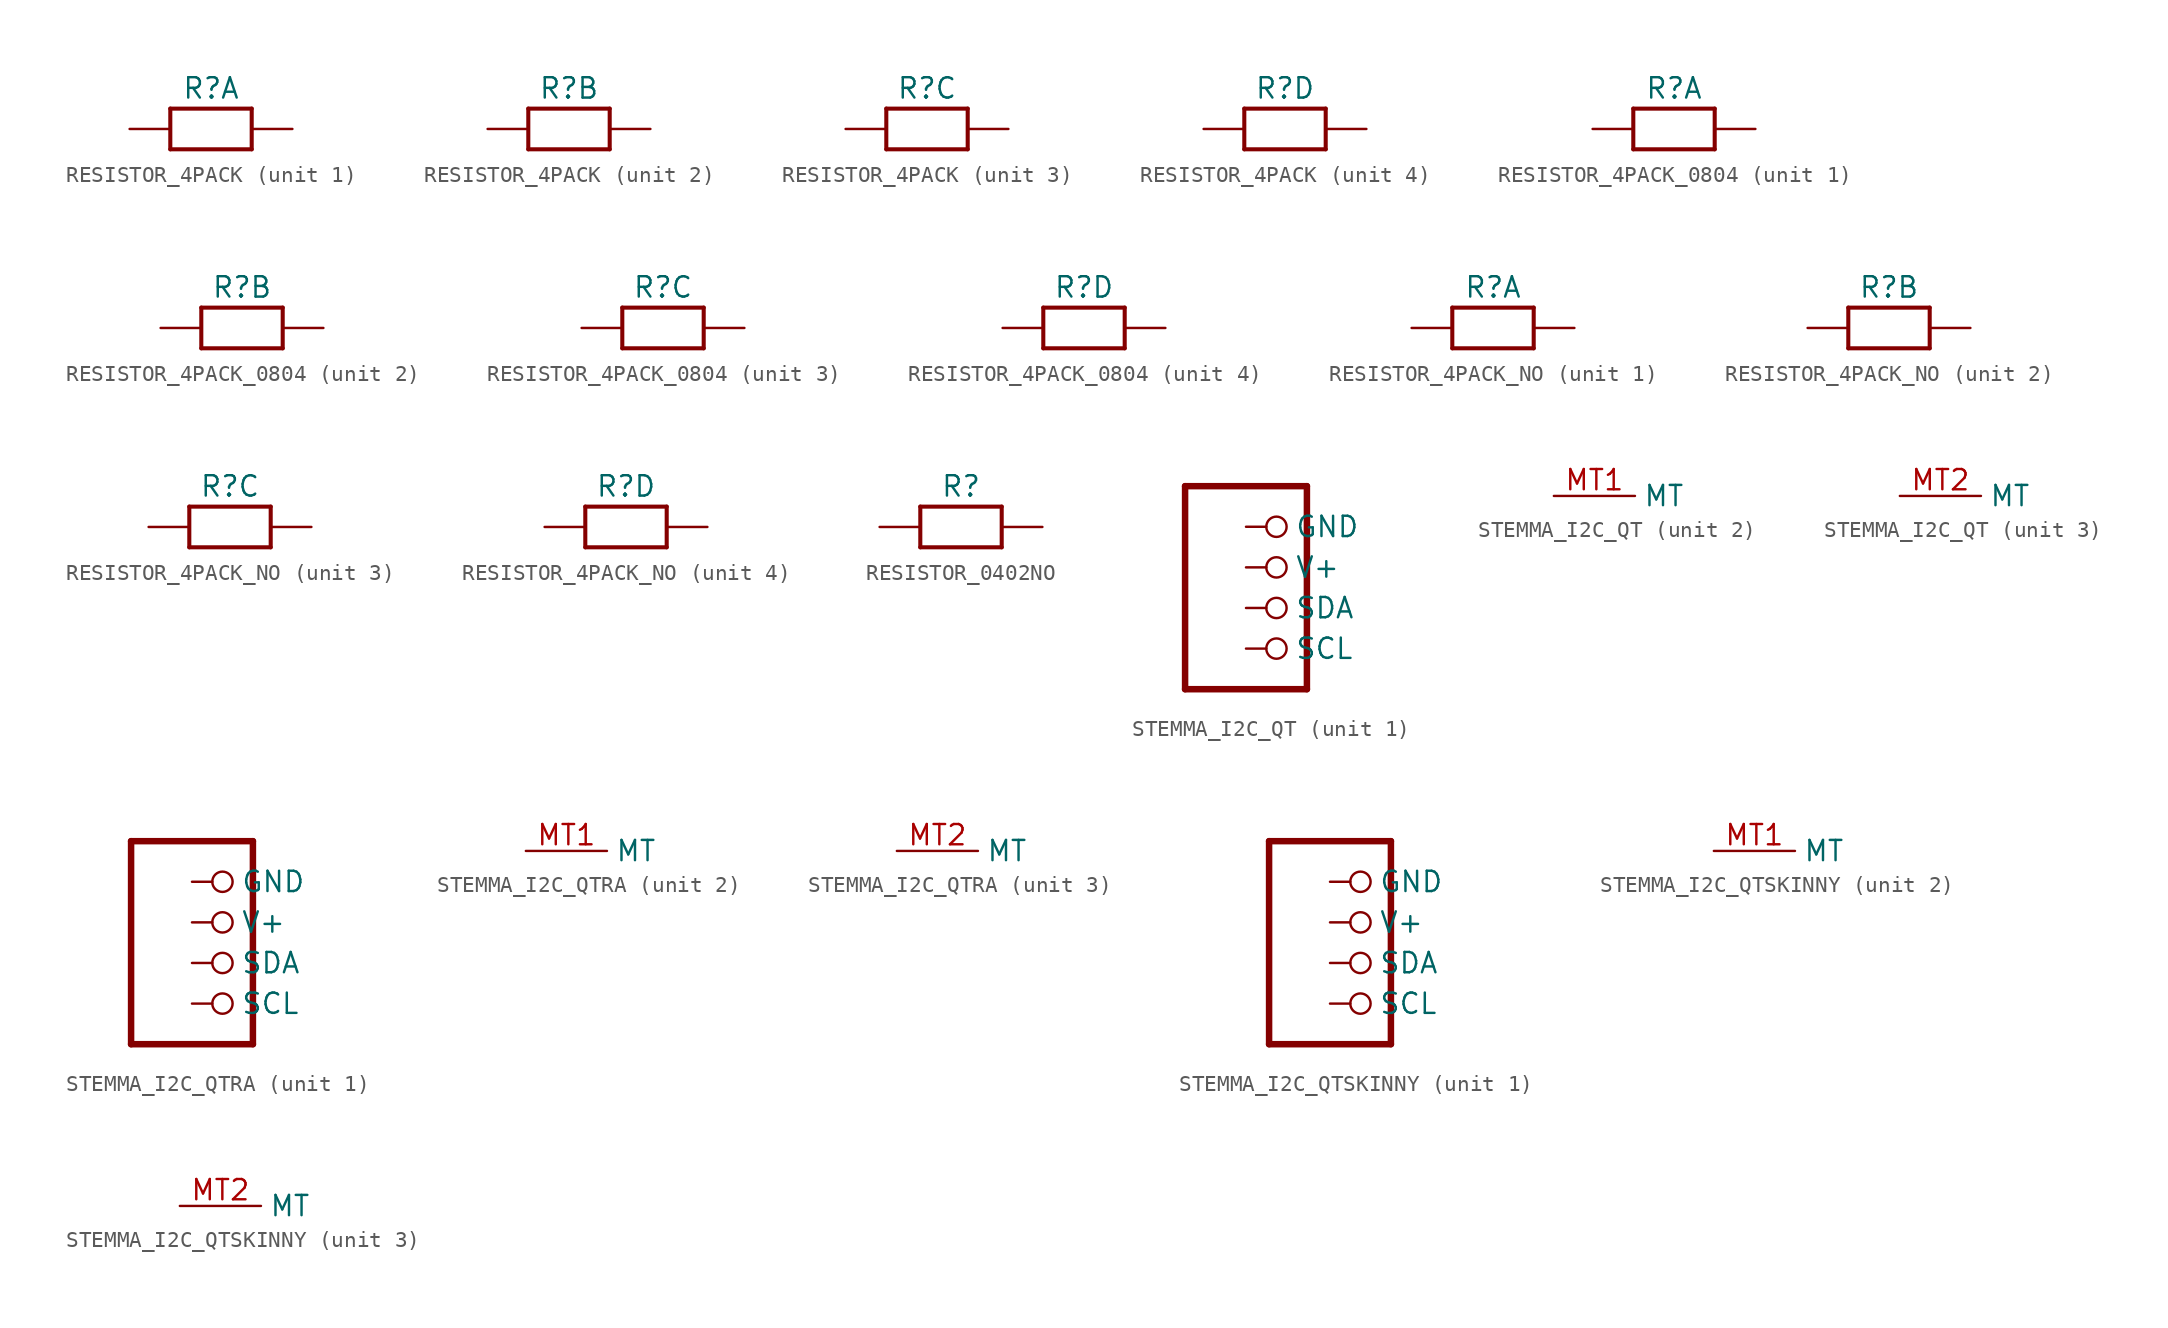
<source format=kicad_sym>
(kicad_symbol_lib
  (version 20231120)
  (generator "kicad_symbol_editor")
  (generator_version "8.0")
  (symbol "RESISTOR_4PACK"
    (property "Reference" "R"
      (at 0 2.54 0)
      (effects (font (size 1.27 1.27))))
    (property "Value" ""
      (at 0 0 0)
      (effects (font (size 1.016 1.016) (bold yes))))
    (property "ki_locked" ""
      (at 0 0 0)
      (effects (font (size 1.27 1.27))))
    (symbol "RESISTOR_4PACK_1_0"
      (polyline (pts (xy -2.54 -1.27) (xy -2.54 1.27)) (stroke (width 0.254) (type solid)) (fill (type none)))
      (polyline (pts (xy -2.54 1.27) (xy 2.54 1.27)) (stroke (width 0.254) (type solid)) (fill (type none)))
      (polyline (pts (xy 2.54 -1.27) (xy -2.54 -1.27)) (stroke (width 0.254) (type solid)) (fill (type none)))
      (polyline (pts (xy 2.54 1.27) (xy 2.54 -1.27)) (stroke (width 0.254) (type solid)) (fill (type none)))
      (pin passive line (at -5.08 0 0) (length 2.54) (name "1" (effects (font (size 0 0)))) (number "1" (effects (font (size 0 0)))))
      (pin passive line (at 5.08 0 180) (length 2.54) (name "2" (effects (font (size 0 0)))) (number "8" (effects (font (size 0 0))))))
    (symbol "RESISTOR_4PACK_2_0"
      (polyline (pts (xy -2.54 -1.27) (xy -2.54 1.27)) (stroke (width 0.254) (type solid)) (fill (type none)))
      (polyline (pts (xy -2.54 1.27) (xy 2.54 1.27)) (stroke (width 0.254) (type solid)) (fill (type none)))
      (polyline (pts (xy 2.54 -1.27) (xy -2.54 -1.27)) (stroke (width 0.254) (type solid)) (fill (type none)))
      (polyline (pts (xy 2.54 1.27) (xy 2.54 -1.27)) (stroke (width 0.254) (type solid)) (fill (type none)))
      (pin passive line (at -5.08 0 0) (length 2.54) (name "1" (effects (font (size 0 0)))) (number "2" (effects (font (size 0 0)))))
      (pin passive line (at 5.08 0 180) (length 2.54) (name "2" (effects (font (size 0 0)))) (number "7" (effects (font (size 0 0))))))
    (symbol "RESISTOR_4PACK_3_0"
      (polyline (pts (xy -2.54 -1.27) (xy -2.54 1.27)) (stroke (width 0.254) (type solid)) (fill (type none)))
      (polyline (pts (xy -2.54 1.27) (xy 2.54 1.27)) (stroke (width 0.254) (type solid)) (fill (type none)))
      (polyline (pts (xy 2.54 -1.27) (xy -2.54 -1.27)) (stroke (width 0.254) (type solid)) (fill (type none)))
      (polyline (pts (xy 2.54 1.27) (xy 2.54 -1.27)) (stroke (width 0.254) (type solid)) (fill (type none)))
      (pin passive line (at -5.08 0 0) (length 2.54) (name "1" (effects (font (size 0 0)))) (number "3" (effects (font (size 0 0)))))
      (pin passive line (at 5.08 0 180) (length 2.54) (name "2" (effects (font (size 0 0)))) (number "6" (effects (font (size 0 0))))))
    (symbol "RESISTOR_4PACK_4_0"
      (polyline (pts (xy -2.54 -1.27) (xy -2.54 1.27)) (stroke (width 0.254) (type solid)) (fill (type none)))
      (polyline (pts (xy -2.54 1.27) (xy 2.54 1.27)) (stroke (width 0.254) (type solid)) (fill (type none)))
      (polyline (pts (xy 2.54 -1.27) (xy -2.54 -1.27)) (stroke (width 0.254) (type solid)) (fill (type none)))
      (polyline (pts (xy 2.54 1.27) (xy 2.54 -1.27)) (stroke (width 0.254) (type solid)) (fill (type none)))
      (pin passive line (at -5.08 0 0) (length 2.54) (name "1" (effects (font (size 0 0)))) (number "4" (effects (font (size 0 0)))))
      (pin passive line (at 5.08 0 180) (length 2.54) (name "2" (effects (font (size 0 0)))) (number "5" (effects (font (size 0 0)))))))
  (symbol "RESISTOR_4PACK_0804"
    (property "Reference" "R"
      (at 0 2.54 0)
      (effects (font (size 1.27 1.27))))
    (property "Value" ""
      (at 0 0 0)
      (effects (font (size 1.016 1.016) (bold yes))))
    (property "ki_locked" ""
      (at 0 0 0)
      (effects (font (size 1.27 1.27))))
    (symbol "RESISTOR_4PACK_0804_1_0"
      (polyline (pts (xy -2.54 -1.27) (xy -2.54 1.27)) (stroke (width 0.254) (type solid)) (fill (type none)))
      (polyline (pts (xy -2.54 1.27) (xy 2.54 1.27)) (stroke (width 0.254) (type solid)) (fill (type none)))
      (polyline (pts (xy 2.54 -1.27) (xy -2.54 -1.27)) (stroke (width 0.254) (type solid)) (fill (type none)))
      (polyline (pts (xy 2.54 1.27) (xy 2.54 -1.27)) (stroke (width 0.254) (type solid)) (fill (type none)))
      (pin passive line (at -5.08 0 0) (length 2.54) (name "1" (effects (font (size 0 0)))) (number "1" (effects (font (size 0 0)))))
      (pin passive line (at 5.08 0 180) (length 2.54) (name "2" (effects (font (size 0 0)))) (number "8" (effects (font (size 0 0))))))
    (symbol "RESISTOR_4PACK_0804_2_0"
      (polyline (pts (xy -2.54 -1.27) (xy -2.54 1.27)) (stroke (width 0.254) (type solid)) (fill (type none)))
      (polyline (pts (xy -2.54 1.27) (xy 2.54 1.27)) (stroke (width 0.254) (type solid)) (fill (type none)))
      (polyline (pts (xy 2.54 -1.27) (xy -2.54 -1.27)) (stroke (width 0.254) (type solid)) (fill (type none)))
      (polyline (pts (xy 2.54 1.27) (xy 2.54 -1.27)) (stroke (width 0.254) (type solid)) (fill (type none)))
      (pin passive line (at -5.08 0 0) (length 2.54) (name "1" (effects (font (size 0 0)))) (number "2" (effects (font (size 0 0)))))
      (pin passive line (at 5.08 0 180) (length 2.54) (name "2" (effects (font (size 0 0)))) (number "7" (effects (font (size 0 0))))))
    (symbol "RESISTOR_4PACK_0804_3_0"
      (polyline (pts (xy -2.54 -1.27) (xy -2.54 1.27)) (stroke (width 0.254) (type solid)) (fill (type none)))
      (polyline (pts (xy -2.54 1.27) (xy 2.54 1.27)) (stroke (width 0.254) (type solid)) (fill (type none)))
      (polyline (pts (xy 2.54 -1.27) (xy -2.54 -1.27)) (stroke (width 0.254) (type solid)) (fill (type none)))
      (polyline (pts (xy 2.54 1.27) (xy 2.54 -1.27)) (stroke (width 0.254) (type solid)) (fill (type none)))
      (pin passive line (at -5.08 0 0) (length 2.54) (name "1" (effects (font (size 0 0)))) (number "3" (effects (font (size 0 0)))))
      (pin passive line (at 5.08 0 180) (length 2.54) (name "2" (effects (font (size 0 0)))) (number "6" (effects (font (size 0 0))))))
    (symbol "RESISTOR_4PACK_0804_4_0"
      (polyline (pts (xy -2.54 -1.27) (xy -2.54 1.27)) (stroke (width 0.254) (type solid)) (fill (type none)))
      (polyline (pts (xy -2.54 1.27) (xy 2.54 1.27)) (stroke (width 0.254) (type solid)) (fill (type none)))
      (polyline (pts (xy 2.54 -1.27) (xy -2.54 -1.27)) (stroke (width 0.254) (type solid)) (fill (type none)))
      (polyline (pts (xy 2.54 1.27) (xy 2.54 -1.27)) (stroke (width 0.254) (type solid)) (fill (type none)))
      (pin passive line (at -5.08 0 0) (length 2.54) (name "1" (effects (font (size 0 0)))) (number "4" (effects (font (size 0 0)))))
      (pin passive line (at 5.08 0 180) (length 2.54) (name "2" (effects (font (size 0 0)))) (number "5" (effects (font (size 0 0)))))))
  (symbol "RESISTOR_4PACK_NO"
    (property "Reference" "R"
      (at 0 2.54 0)
      (effects (font (size 1.27 1.27))))
    (property "Value" ""
      (at 0 0 0)
      (effects (font (size 1.016 1.016) (bold yes))))
    (property "ki_locked" ""
      (at 0 0 0)
      (effects (font (size 1.27 1.27))))
    (symbol "RESISTOR_4PACK_NO_1_0"
      (polyline (pts (xy -2.54 -1.27) (xy -2.54 1.27)) (stroke (width 0.254) (type solid)) (fill (type none)))
      (polyline (pts (xy -2.54 1.27) (xy 2.54 1.27)) (stroke (width 0.254) (type solid)) (fill (type none)))
      (polyline (pts (xy 2.54 -1.27) (xy -2.54 -1.27)) (stroke (width 0.254) (type solid)) (fill (type none)))
      (polyline (pts (xy 2.54 1.27) (xy 2.54 -1.27)) (stroke (width 0.254) (type solid)) (fill (type none)))
      (pin passive line (at -5.08 0 0) (length 2.54) (name "1" (effects (font (size 0 0)))) (number "1" (effects (font (size 0 0)))))
      (pin passive line (at 5.08 0 180) (length 2.54) (name "2" (effects (font (size 0 0)))) (number "8" (effects (font (size 0 0))))))
    (symbol "RESISTOR_4PACK_NO_2_0"
      (polyline (pts (xy -2.54 -1.27) (xy -2.54 1.27)) (stroke (width 0.254) (type solid)) (fill (type none)))
      (polyline (pts (xy -2.54 1.27) (xy 2.54 1.27)) (stroke (width 0.254) (type solid)) (fill (type none)))
      (polyline (pts (xy 2.54 -1.27) (xy -2.54 -1.27)) (stroke (width 0.254) (type solid)) (fill (type none)))
      (polyline (pts (xy 2.54 1.27) (xy 2.54 -1.27)) (stroke (width 0.254) (type solid)) (fill (type none)))
      (pin passive line (at -5.08 0 0) (length 2.54) (name "1" (effects (font (size 0 0)))) (number "2" (effects (font (size 0 0)))))
      (pin passive line (at 5.08 0 180) (length 2.54) (name "2" (effects (font (size 0 0)))) (number "7" (effects (font (size 0 0))))))
    (symbol "RESISTOR_4PACK_NO_3_0"
      (polyline (pts (xy -2.54 -1.27) (xy -2.54 1.27)) (stroke (width 0.254) (type solid)) (fill (type none)))
      (polyline (pts (xy -2.54 1.27) (xy 2.54 1.27)) (stroke (width 0.254) (type solid)) (fill (type none)))
      (polyline (pts (xy 2.54 -1.27) (xy -2.54 -1.27)) (stroke (width 0.254) (type solid)) (fill (type none)))
      (polyline (pts (xy 2.54 1.27) (xy 2.54 -1.27)) (stroke (width 0.254) (type solid)) (fill (type none)))
      (pin passive line (at -5.08 0 0) (length 2.54) (name "1" (effects (font (size 0 0)))) (number "3" (effects (font (size 0 0)))))
      (pin passive line (at 5.08 0 180) (length 2.54) (name "2" (effects (font (size 0 0)))) (number "6" (effects (font (size 0 0))))))
    (symbol "RESISTOR_4PACK_NO_4_0"
      (polyline (pts (xy -2.54 -1.27) (xy -2.54 1.27)) (stroke (width 0.254) (type solid)) (fill (type none)))
      (polyline (pts (xy -2.54 1.27) (xy 2.54 1.27)) (stroke (width 0.254) (type solid)) (fill (type none)))
      (polyline (pts (xy 2.54 -1.27) (xy -2.54 -1.27)) (stroke (width 0.254) (type solid)) (fill (type none)))
      (polyline (pts (xy 2.54 1.27) (xy 2.54 -1.27)) (stroke (width 0.254) (type solid)) (fill (type none)))
      (pin passive line (at -5.08 0 0) (length 2.54) (name "1" (effects (font (size 0 0)))) (number "4" (effects (font (size 0 0)))))
      (pin passive line (at 5.08 0 180) (length 2.54) (name "2" (effects (font (size 0 0)))) (number "5" (effects (font (size 0 0)))))))
  (symbol "RESISTOR_0402NO"
    (property "Reference" "R"
      (at 0 2.54 0)
      (effects (font (size 1.27 1.27))))
    (property "Value" ""
      (at 0 0 0)
      (effects (font (size 1.016 1.016) (bold yes))))
    (property "ki_locked" ""
      (at 0 0 0)
      (effects (font (size 1.27 1.27))))
    (symbol "RESISTOR_0402NO_1_0"
      (polyline (pts (xy -2.54 -1.27) (xy -2.54 1.27)) (stroke (width 0.254) (type solid)) (fill (type none)))
      (polyline (pts (xy -2.54 1.27) (xy 2.54 1.27)) (stroke (width 0.254) (type solid)) (fill (type none)))
      (polyline (pts (xy 2.54 -1.27) (xy -2.54 -1.27)) (stroke (width 0.254) (type solid)) (fill (type none)))
      (polyline (pts (xy 2.54 1.27) (xy 2.54 -1.27)) (stroke (width 0.254) (type solid)) (fill (type none)))
      (pin passive line (at -5.08 0 0) (length 2.54) (name "1" (effects (font (size 0 0)))) (number "1" (effects (font (size 0 0)))))
      (pin passive line (at 5.08 0 180) (length 2.54) (name "2" (effects (font (size 0 0)))) (number "2" (effects (font (size 0 0)))))))
  (symbol "STEMMA_I2C_QT"
    (property "Reference" "CONN"
      (at -3.81 8.255 0)
      (effects (font (size 1.778 1.511)) (justify left bottom) (hide yes)))
    (property "ki_locked" ""
      (at 0 0 0)
      (effects (font (size 1.27 1.27))))
    (symbol "STEMMA_I2C_QT_1_0"
      (polyline (pts (xy -3.81 -5.08) (xy 3.81 -5.08)) (stroke (width 0.406) (type solid)) (fill (type none)))
      (polyline (pts (xy -3.81 7.62) (xy -3.81 -5.08)) (stroke (width 0.406) (type solid)) (fill (type none)))
      (polyline (pts (xy 3.81 -5.08) (xy 3.81 7.62)) (stroke (width 0.406) (type solid)) (fill (type none)))
      (polyline (pts (xy 3.81 7.62) (xy -3.81 7.62)) (stroke (width 0.406) (type solid)) (fill (type none)))
      (pin passive inverted (at 0 5.08 0) (length 2.54) (name "GND" (effects (font (size 1.27 1.27)))) (number "1" (effects (font (size 0 0)))))
      (pin passive inverted (at 0 2.54 0) (length 2.54) (name "V+" (effects (font (size 1.27 1.27)))) (number "2" (effects (font (size 0 0)))))
      (pin passive inverted (at 0 0 0) (length 2.54) (name "SDA" (effects (font (size 1.27 1.27)))) (number "3" (effects (font (size 0 0)))))
      (pin passive inverted (at 0 -2.54 0) (length 2.54) (name "SCL" (effects (font (size 1.27 1.27)))) (number "4" (effects (font (size 0 0))))))
    (symbol "STEMMA_I2C_QT_2_0"
      (pin bidirectional line (at 0 0 0) (length 5.08) (name "MT" (effects (font (size 1.27 1.27)))) (number "MT1" (effects (font (size 1.27 1.27))))))
    (symbol "STEMMA_I2C_QT_3_0"
      (pin bidirectional line (at 0 0 0) (length 5.08) (name "MT" (effects (font (size 1.27 1.27)))) (number "MT2" (effects (font (size 1.27 1.27)))))))
  (symbol "STEMMA_I2C_QTRA"
    (property "Reference" "CONN"
      (at -3.81 8.255 0)
      (effects (font (size 1.778 1.511)) (justify left bottom) (hide yes)))
    (property "ki_locked" ""
      (at 0 0 0)
      (effects (font (size 1.27 1.27))))
    (symbol "STEMMA_I2C_QTRA_1_0"
      (polyline (pts (xy -3.81 -5.08) (xy 3.81 -5.08)) (stroke (width 0.406) (type solid)) (fill (type none)))
      (polyline (pts (xy -3.81 7.62) (xy -3.81 -5.08)) (stroke (width 0.406) (type solid)) (fill (type none)))
      (polyline (pts (xy 3.81 -5.08) (xy 3.81 7.62)) (stroke (width 0.406) (type solid)) (fill (type none)))
      (polyline (pts (xy 3.81 7.62) (xy -3.81 7.62)) (stroke (width 0.406) (type solid)) (fill (type none)))
      (pin passive inverted (at 0 5.08 0) (length 2.54) (name "GND" (effects (font (size 1.27 1.27)))) (number "1" (effects (font (size 0 0)))))
      (pin passive inverted (at 0 2.54 0) (length 2.54) (name "V+" (effects (font (size 1.27 1.27)))) (number "2" (effects (font (size 0 0)))))
      (pin passive inverted (at 0 0 0) (length 2.54) (name "SDA" (effects (font (size 1.27 1.27)))) (number "3" (effects (font (size 0 0)))))
      (pin passive inverted (at 0 -2.54 0) (length 2.54) (name "SCL" (effects (font (size 1.27 1.27)))) (number "4" (effects (font (size 0 0))))))
    (symbol "STEMMA_I2C_QTRA_2_0"
      (pin bidirectional line (at 0 0 0) (length 5.08) (name "MT" (effects (font (size 1.27 1.27)))) (number "MT1" (effects (font (size 1.27 1.27))))))
    (symbol "STEMMA_I2C_QTRA_3_0"
      (pin bidirectional line (at 0 0 0) (length 5.08) (name "MT" (effects (font (size 1.27 1.27)))) (number "MT2" (effects (font (size 1.27 1.27)))))))
  (symbol "STEMMA_I2C_QTSKINNY"
    (property "Reference" "CONN"
      (at -3.81 8.255 0)
      (effects (font (size 1.778 1.511)) (justify left bottom) (hide yes)))
    (property "ki_locked" ""
      (at 0 0 0)
      (effects (font (size 1.27 1.27))))
    (symbol "STEMMA_I2C_QTSKINNY_1_0"
      (polyline (pts (xy -3.81 -5.08) (xy 3.81 -5.08)) (stroke (width 0.406) (type solid)) (fill (type none)))
      (polyline (pts (xy -3.81 7.62) (xy -3.81 -5.08)) (stroke (width 0.406) (type solid)) (fill (type none)))
      (polyline (pts (xy 3.81 -5.08) (xy 3.81 7.62)) (stroke (width 0.406) (type solid)) (fill (type none)))
      (polyline (pts (xy 3.81 7.62) (xy -3.81 7.62)) (stroke (width 0.406) (type solid)) (fill (type none)))
      (pin passive inverted (at 0 5.08 0) (length 2.54) (name "GND" (effects (font (size 1.27 1.27)))) (number "1" (effects (font (size 0 0)))))
      (pin passive inverted (at 0 2.54 0) (length 2.54) (name "V+" (effects (font (size 1.27 1.27)))) (number "2" (effects (font (size 0 0)))))
      (pin passive inverted (at 0 0 0) (length 2.54) (name "SDA" (effects (font (size 1.27 1.27)))) (number "3" (effects (font (size 0 0)))))
      (pin passive inverted (at 0 -2.54 0) (length 2.54) (name "SCL" (effects (font (size 1.27 1.27)))) (number "4" (effects (font (size 0 0))))))
    (symbol "STEMMA_I2C_QTSKINNY_2_0"
      (pin bidirectional line (at 0 0 0) (length 5.08) (name "MT" (effects (font (size 1.27 1.27)))) (number "MT1" (effects (font (size 1.27 1.27))))))
    (symbol "STEMMA_I2C_QTSKINNY_3_0"
      (pin bidirectional line (at 0 0 0) (length 5.08) (name "MT" (effects (font (size 1.27 1.27)))) (number "MT2" (effects (font (size 1.27 1.27))))))))
</source>
